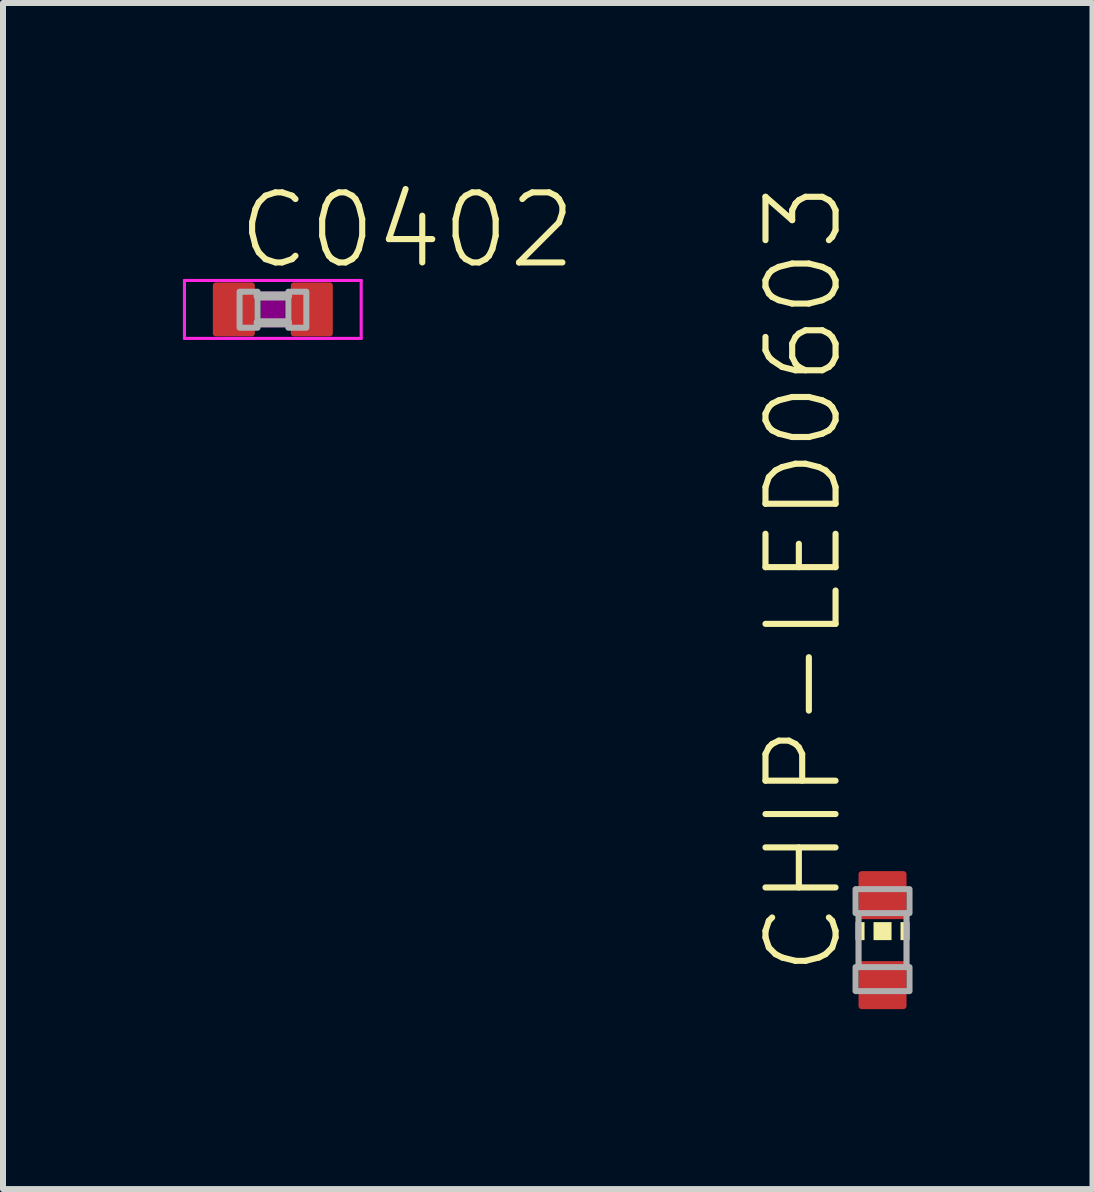
<source format=kicad_pcb>
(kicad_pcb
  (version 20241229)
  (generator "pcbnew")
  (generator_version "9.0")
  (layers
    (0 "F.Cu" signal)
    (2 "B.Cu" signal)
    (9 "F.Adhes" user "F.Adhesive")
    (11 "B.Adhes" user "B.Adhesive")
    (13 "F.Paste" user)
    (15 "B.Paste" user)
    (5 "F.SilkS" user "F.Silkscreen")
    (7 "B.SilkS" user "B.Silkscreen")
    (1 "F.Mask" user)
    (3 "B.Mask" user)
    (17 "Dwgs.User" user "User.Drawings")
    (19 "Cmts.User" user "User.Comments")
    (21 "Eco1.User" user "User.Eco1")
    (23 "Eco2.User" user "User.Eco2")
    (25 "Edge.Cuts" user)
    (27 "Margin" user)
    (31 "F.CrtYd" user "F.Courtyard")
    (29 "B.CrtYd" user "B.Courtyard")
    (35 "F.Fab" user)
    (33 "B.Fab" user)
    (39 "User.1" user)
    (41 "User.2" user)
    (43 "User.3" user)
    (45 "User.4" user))
  (footprint "CHIP-LED0603"
    (layer "F.Cu")
    (at 11.662 12.622)
    (property "Reference" "CHIP-LED0603" (at -0.635 0.635 90) (layer "F.SilkS") (effects (font (size 1.168 1.168) (thickness 0.102)) (justify left bottom)))
    (fp_poly (pts (xy -0.45 0) (xy -0.3 0) (xy -0.3 -0.3) (xy -0.45 -0.3)) (stroke (width 0) (type solid)) (fill yes) (layer "F.SilkS"))
    (fp_poly (pts (xy -0.15 0) (xy 0.15 0) (xy 0.15 -0.3) (xy -0.15 -0.3)) (stroke (width 0) (type solid)) (fill yes) (layer "F.SilkS"))
    (fp_poly (pts (xy 0.3 0) (xy 0.45 0) (xy 0.45 -0.3) (xy 0.3 -0.3)) (stroke (width 0) (type solid)) (fill yes) (layer "F.SilkS"))
    (fp_line (start -0.4 -0.45) (end -0.4 0.45) (stroke (width 0.102) (type solid)) (layer "F.Fab"))
    (fp_line (start 0.4 -0.45) (end 0.4 0.45) (stroke (width 0.102) (type solid)) (layer "F.Fab"))
    (fp_poly (pts (xy -0.45 -0.45) (xy 0.45 -0.45) (xy 0.45 -0.85) (xy -0.45 -0.85)) (stroke (width 0.1) (type solid)) (fill no) (layer "F.Fab"))
    (fp_poly (pts (xy -0.45 0.85) (xy 0.45 0.85) (xy 0.45 0.45) (xy -0.45 0.45)) (stroke (width 0.1) (type solid)) (fill no) (layer "F.Fab"))
    (pad "A" smd roundrect (at 0 0.75) (size 0.8 0.8) (layers "F.Cu" "F.Mask" "F.Paste") (roundrect_rratio 0.064))
    (pad "C" smd roundrect (at 0 -0.75) (size 0.8 0.8) (layers "F.Cu" "F.Mask" "F.Paste") (roundrect_rratio 0.064)))
  (footprint "C0402"
    (layer "F.Cu")
    (at 1.498 2.108)
    (property "Reference" "C0402" (at -0.635 -0.635 0) (layer "F.SilkS") (effects (font (size 1.168 1.168) (thickness 0.102)) (justify left bottom)))
    (fp_poly (pts (xy -0.2 0.3) (xy 0.2 0.3) (xy 0.2 -0.3) (xy -0.2 -0.3)) (stroke (width 0) (type solid)) (fill yes) (layer "F.Adhes"))
    (fp_line (start -1.473 -0.483) (end 1.473 -0.483) (stroke (width 0.051) (type solid)) (layer "F.CrtYd"))
    (fp_line (start -1.473 0.483) (end -1.473 -0.483) (stroke (width 0.051) (type solid)) (layer "F.CrtYd"))
    (fp_line (start 1.473 -0.483) (end 1.473 0.483) (stroke (width 0.051) (type solid)) (layer "F.CrtYd"))
    (fp_line (start 1.473 0.483) (end -1.473 0.483) (stroke (width 0.051) (type solid)) (layer "F.CrtYd"))
    (fp_line (start -0.245 -0.224) (end 0.245 -0.224) (stroke (width 0.152) (type solid)) (layer "F.Fab"))
    (fp_line (start 0.245 0.224) (end -0.245 0.224) (stroke (width 0.152) (type solid)) (layer "F.Fab"))
    (fp_poly (pts (xy -0.554 0.305) (xy -0.254 0.305) (xy -0.254 -0.295) (xy -0.554 -0.295)) (stroke (width 0.1) (type solid)) (fill no) (layer "F.Fab"))
    (fp_poly (pts (xy 0.259 0.305) (xy 0.559 0.305) (xy 0.559 -0.295) (xy 0.259 -0.295)) (stroke (width 0.1) (type solid)) (fill no) (layer "F.Fab"))
    (pad "1" smd roundrect (at -0.65 0) (size 0.7 0.9) (layers "F.Cu" "F.Mask" "F.Paste") (roundrect_rratio 0.073))
    (pad "2" smd roundrect (at 0.65 0) (size 0.7 0.9) (layers "F.Cu" "F.Mask" "F.Paste") (roundrect_rratio 0.073)))
  (gr_rect
    (start -3 -3)
    (end 15.162 16.772)
    (stroke (width 0.1) (type default))
    (fill no)
    (layer "Edge.Cuts")))
</source>
